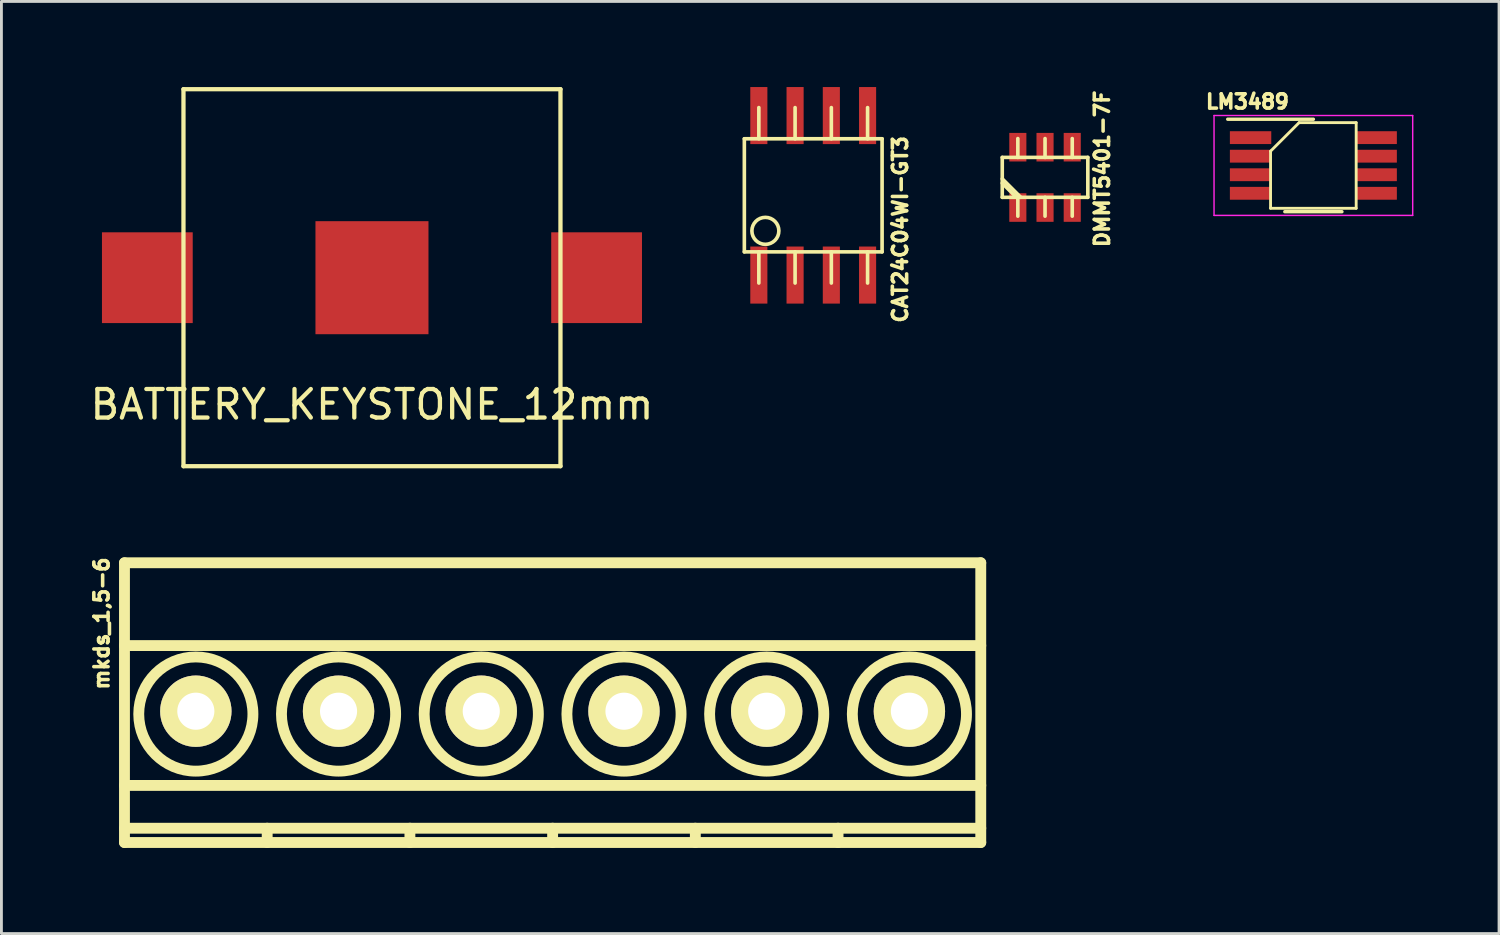
<source format=kicad_pcb>
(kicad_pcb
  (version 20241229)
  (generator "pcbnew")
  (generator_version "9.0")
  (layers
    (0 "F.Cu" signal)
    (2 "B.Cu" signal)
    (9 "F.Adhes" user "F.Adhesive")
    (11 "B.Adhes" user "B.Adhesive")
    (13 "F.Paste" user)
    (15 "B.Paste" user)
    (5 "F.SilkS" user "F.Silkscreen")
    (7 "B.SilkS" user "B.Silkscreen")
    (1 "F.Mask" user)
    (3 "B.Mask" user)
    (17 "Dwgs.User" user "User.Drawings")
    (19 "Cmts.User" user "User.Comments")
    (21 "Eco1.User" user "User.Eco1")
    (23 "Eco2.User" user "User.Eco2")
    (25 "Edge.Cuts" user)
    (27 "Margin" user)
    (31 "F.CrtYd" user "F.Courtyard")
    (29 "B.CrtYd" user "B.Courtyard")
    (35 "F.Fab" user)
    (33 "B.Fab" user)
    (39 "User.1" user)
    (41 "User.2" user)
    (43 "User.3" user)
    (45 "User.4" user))
  (footprint "DMMT5401-7F"
    (layer "F.Cu")
    (at 33.563 3.164)
    (property "Reference" "DMMT5401-7F" (at 2 -0.3 90) (layer "F.SilkS") (effects (font (size 0.5 0.5) (thickness 0.125))))
    (attr through_hole)
    (fp_line (start -1.499 -0.699) (end 1.499 -0.699) (stroke (width 0.127) (type solid)) (layer "F.SilkS"))
    (fp_line (start -1.499 0.699) (end -1.499 -0.699) (stroke (width 0.127) (type solid)) (layer "F.SilkS"))
    (fp_line (start -1.003 0.699) (end -1.499 0.203) (stroke (width 0.127) (type solid)) (layer "F.SilkS"))
    (fp_line (start -0.953 -0.699) (end -0.953 -1.359) (stroke (width 0.127) (type solid)) (layer "F.SilkS"))
    (fp_line (start -0.953 0.699) (end -0.953 1.359) (stroke (width 0.127) (type solid)) (layer "F.SilkS"))
    (fp_line (start -0.851 0.699) (end -1.499 0.051) (stroke (width 0.127) (type solid)) (layer "F.SilkS"))
    (fp_line (start 0 -0.699) (end 0 -1.359) (stroke (width 0.127) (type solid)) (layer "F.SilkS"))
    (fp_line (start 0 0.699) (end 0 1.359) (stroke (width 0.127) (type solid)) (layer "F.SilkS"))
    (fp_line (start 0.953 -0.699) (end 0.953 -1.359) (stroke (width 0.127) (type solid)) (layer "F.SilkS"))
    (fp_line (start 0.953 0.699) (end 0.953 1.359) (stroke (width 0.127) (type solid)) (layer "F.SilkS"))
    (fp_line (start 1.499 -0.699) (end 1.499 0.699) (stroke (width 0.127) (type solid)) (layer "F.SilkS"))
    (fp_line (start 1.499 0.699) (end -1.499 0.699) (stroke (width 0.127) (type solid)) (layer "F.SilkS"))
    (pad "1" smd rect (at -0.953 1.057) (size 0.599 1.001) (layers "F.Cu" "F.Mask" "F.Paste"))
    (pad "2" smd rect (at 0 1.057) (size 0.599 1.001) (layers "F.Cu" "F.Mask" "F.Paste"))
    (pad "3" smd rect (at 0.953 1.057) (size 0.599 1.001) (layers "F.Cu" "F.Mask" "F.Paste"))
    (pad "4" smd rect (at 0.953 -1.057) (size 0.599 1.001) (layers "F.Cu" "F.Mask" "F.Paste"))
    (pad "5" smd rect (at 0 -1.057) (size 0.599 1.001) (layers "F.Cu" "F.Mask" "F.Paste"))
    (pad "6" smd rect (at -0.953 -1.057) (size 0.599 1.001) (layers "F.Cu" "F.Mask" "F.Paste")))
  (footprint "mkds_1,5-6"
    (layer "F.Cu")
    (at 16.311 21.867)
    (property "Reference" "mkds_1,5-6" (at -15.799 -3.073 90) (layer "F.SilkS") (effects (font (size 0.5 0.5) (thickness 0.125))))
    (attr through_hole)
    (fp_line (start -15 -5.2) (end -15 4.6) (stroke (width 0.381) (type solid)) (layer "F.SilkS"))
    (fp_line (start -15 -2.3) (end 15 -2.3) (stroke (width 0.381) (type solid)) (layer "F.SilkS"))
    (fp_line (start -15 2.6) (end 15 2.6) (stroke (width 0.381) (type solid)) (layer "F.SilkS"))
    (fp_line (start -15 4.1) (end 15 4.1) (stroke (width 0.381) (type solid)) (layer "F.SilkS"))
    (fp_line (start -15 4.6) (end 15 4.6) (stroke (width 0.381) (type solid)) (layer "F.SilkS"))
    (fp_line (start -10 4.1) (end -10 4.6) (stroke (width 0.381) (type solid)) (layer "F.SilkS"))
    (fp_line (start -5 4.1) (end -5 4.6) (stroke (width 0.381) (type solid)) (layer "F.SilkS"))
    (fp_line (start 0 4.1) (end 0 4.6) (stroke (width 0.381) (type solid)) (layer "F.SilkS"))
    (fp_line (start 5 4.1) (end 5 4.6) (stroke (width 0.381) (type solid)) (layer "F.SilkS"))
    (fp_line (start 10 4.1) (end 10 4.6) (stroke (width 0.381) (type solid)) (layer "F.SilkS"))
    (fp_line (start 15 -5.2) (end -15 -5.2) (stroke (width 0.381) (type solid)) (layer "F.SilkS"))
    (fp_line (start 15 4.6) (end 15 -5.2) (stroke (width 0.381) (type solid)) (layer "F.SilkS"))
    (fp_circle (center -12.5 0.1) (end -10.5 0.1) (stroke (width 0.381) (type solid)) (fill no) (layer "F.SilkS"))
    (fp_circle (center -7.5 0.1) (end -9.5 0.1) (stroke (width 0.381) (type solid)) (fill no) (layer "F.SilkS"))
    (fp_circle (center -2.5 0.1) (end -4.5 0.1) (stroke (width 0.381) (type solid)) (fill no) (layer "F.SilkS"))
    (fp_circle (center 2.5 0.1) (end 0.5 0.1) (stroke (width 0.381) (type solid)) (fill no) (layer "F.SilkS"))
    (fp_circle (center 7.5 0.1) (end 5.5 0.1) (stroke (width 0.381) (type solid)) (fill no) (layer "F.SilkS"))
    (fp_circle (center 12.5 0.1) (end 10.5 0.1) (stroke (width 0.381) (type solid)) (fill no) (layer "F.SilkS"))
    (pad "1" thru_hole circle (at -12.5 0) (size 2.5 2.5) (drill 1.3) (layers "*.Cu" "*.Mask" "F.SilkS"))
    (pad "2" thru_hole circle (at -7.5 0) (size 2.5 2.5) (drill 1.3) (layers "*.Cu" "*.Mask" "F.SilkS"))
    (pad "3" thru_hole circle (at -2.5 0) (size 2.5 2.5) (drill 1.3) (layers "*.Cu" "*.Mask" "F.SilkS"))
    (pad "4" thru_hole circle (at 2.5 0) (size 2.5 2.5) (drill 1.3) (layers "*.Cu" "*.Mask" "F.SilkS"))
    (pad "5" thru_hole circle (at 7.5 0) (size 2.5 2.5) (drill 1.3) (layers "*.Cu" "*.Mask" "F.SilkS"))
    (pad "6" thru_hole circle (at 12.5 0) (size 2.5 2.5) (drill 1.3) (layers "*.Cu" "*.Mask" "F.SilkS")))
  (footprint "LM3489"
    (layer "F.Cu")
    (at 42.964 2.747)
    (property "Reference" "LM3489" (at -2.311 -2.235 0) (layer "F.SilkS") (effects (font (size 0.5 0.5) (thickness 0.125))))
    (attr smd)
    (fp_line (start -1.5 1.5) (end -1.5 -0.5) (stroke (width 0.1) (type solid)) (layer "F.SilkS"))
    (fp_line (start -0.5 -1.5) (end -1.5 -0.5) (stroke (width 0.1) (type solid)) (layer "F.SilkS"))
    (fp_line (start -0.5 -1.5) (end 1.5 -1.5) (stroke (width 0.1) (type solid)) (layer "F.SilkS"))
    (fp_line (start 0 -1.62) (end -3 -1.62) (stroke (width 0.12) (type solid)) (layer "F.SilkS"))
    (fp_line (start 1 1.62) (end -1 1.62) (stroke (width 0.12) (type solid)) (layer "F.SilkS"))
    (fp_line (start 1.5 -1.5) (end 1.5 1.5) (stroke (width 0.1) (type solid)) (layer "F.SilkS"))
    (fp_line (start 1.5 1.5) (end -1.5 1.5) (stroke (width 0.1) (type solid)) (layer "F.SilkS"))
    (fp_line (start -3.48 -1.75) (end 3.48 -1.75) (stroke (width 0.05) (type solid)) (layer "F.CrtYd"))
    (fp_line (start -3.48 1.75) (end -3.48 -1.75) (stroke (width 0.05) (type solid)) (layer "F.CrtYd"))
    (fp_line (start 3.48 -1.75) (end 3.48 1.75) (stroke (width 0.05) (type solid)) (layer "F.CrtYd"))
    (fp_line (start 3.48 1.75) (end -3.48 1.75) (stroke (width 0.05) (type solid)) (layer "F.CrtYd"))
    (pad "1" smd rect (at -2.2 -0.975 270) (size 0.45 1.45) (layers "F.Cu" "F.Mask" "F.Paste"))
    (pad "2" smd rect (at -2.2 -0.325 270) (size 0.45 1.45) (layers "F.Cu" "F.Mask" "F.Paste"))
    (pad "3" smd rect (at -2.2 0.325 270) (size 0.45 1.45) (layers "F.Cu" "F.Mask" "F.Paste"))
    (pad "4" smd rect (at -2.2 0.975 270) (size 0.45 1.45) (layers "F.Cu" "F.Mask" "F.Paste"))
    (pad "5" smd rect (at 2.2 0.975 270) (size 0.45 1.45) (layers "F.Cu" "F.Mask" "F.Paste"))
    (pad "6" smd rect (at 2.2 0.325 270) (size 0.45 1.45) (layers "F.Cu" "F.Mask" "F.Paste"))
    (pad "7" smd rect (at 2.2 -0.325 270) (size 0.45 1.45) (layers "F.Cu" "F.Mask" "F.Paste"))
    (pad "8" smd rect (at 2.2 -0.975 270) (size 0.45 1.45) (layers "F.Cu" "F.Mask" "F.Paste")))
  (footprint "BATTERY_KEYSTONE_12mm"
    (layer "F.Cu")
    (at 9.982 6.679)
    (property "Reference" "BATTERY_KEYSTONE_12mm" (at 0 4.445 0) (layer "F.SilkS") (effects (font (size 1 1) (thickness 0.15))))
    (attr through_hole)
    (fp_line (start -6.604 -6.604) (end 6.604 -6.604) (stroke (width 0.15) (type solid)) (layer "F.SilkS"))
    (fp_line (start -6.604 6.604) (end -6.604 -6.604) (stroke (width 0.15) (type solid)) (layer "F.SilkS"))
    (fp_line (start 6.604 -6.604) (end 6.604 6.604) (stroke (width 0.15) (type solid)) (layer "F.SilkS"))
    (fp_line (start 6.604 6.604) (end -6.604 6.604) (stroke (width 0.15) (type solid)) (layer "F.SilkS"))
    (pad "1" smd rect (at -7.87 0) (size 3.18 3.18) (layers "F.Cu" "F.Mask" "F.Paste"))
    (pad "1" smd rect (at 7.87 0) (size 3.18 3.18) (layers "F.Cu" "F.Mask" "F.Paste"))
    (pad "2" smd rect (at 0 0) (size 3.96 3.96) (layers "F.Cu" "F.Mask" "F.Paste")))
  (footprint "CAT24C04WI-GT3"
    (layer "F.Cu")
    (at 25.441 3.793)
    (property "Reference" "CAT24C04WI-GT3" (at 3.048 1.194 90) (layer "F.SilkS") (effects (font (size 0.5 0.5) (thickness 0.125))))
    (attr through_hole)
    (fp_line (start -2.413 -1.981) (end -2.413 1.981) (stroke (width 0.127) (type solid)) (layer "F.SilkS"))
    (fp_line (start -2.413 1.981) (end 2.413 1.981) (stroke (width 0.127) (type solid)) (layer "F.SilkS"))
    (fp_line (start -1.905 -1.981) (end -1.905 -3.073) (stroke (width 0.127) (type solid)) (layer "F.SilkS"))
    (fp_line (start -1.905 3.073) (end -1.905 1.981) (stroke (width 0.127) (type solid)) (layer "F.SilkS"))
    (fp_line (start -0.635 -1.981) (end -0.635 -3.073) (stroke (width 0.127) (type solid)) (layer "F.SilkS"))
    (fp_line (start -0.635 3.073) (end -0.635 1.981) (stroke (width 0.127) (type solid)) (layer "F.SilkS"))
    (fp_line (start 0.635 -1.981) (end 0.635 -3.073) (stroke (width 0.127) (type solid)) (layer "F.SilkS"))
    (fp_line (start 0.635 3.073) (end 0.635 1.981) (stroke (width 0.127) (type solid)) (layer "F.SilkS"))
    (fp_line (start 1.905 -3.073) (end 1.905 -1.981) (stroke (width 0.127) (type solid)) (layer "F.SilkS"))
    (fp_line (start 1.905 1.981) (end 1.905 3.073) (stroke (width 0.127) (type solid)) (layer "F.SilkS"))
    (fp_line (start 2.413 -1.981) (end -2.413 -1.981) (stroke (width 0.127) (type solid)) (layer "F.SilkS"))
    (fp_line (start 2.413 1.981) (end 2.413 -1.981) (stroke (width 0.127) (type solid)) (layer "F.SilkS"))
    (fp_circle (center -1.676 1.245) (end -1.956 1.626) (stroke (width 0.127) (type solid)) (fill no) (layer "F.SilkS"))
    (pad "1" smd rect (at -1.905 2.794) (size 0.599 1.999) (layers "F.Cu" "F.Mask" "F.Paste"))
    (pad "2" smd rect (at -0.635 2.794) (size 0.599 1.999) (layers "F.Cu" "F.Mask" "F.Paste"))
    (pad "3" smd rect (at 0.635 2.794) (size 0.599 1.999) (layers "F.Cu" "F.Mask" "F.Paste"))
    (pad "4" smd rect (at 1.905 2.794) (size 0.599 1.999) (layers "F.Cu" "F.Mask" "F.Paste"))
    (pad "5" smd rect (at 1.905 -2.794) (size 0.599 1.999) (layers "F.Cu" "F.Mask" "F.Paste"))
    (pad "6" smd rect (at 0.635 -2.794) (size 0.599 1.999) (layers "F.Cu" "F.Mask" "F.Paste"))
    (pad "7" smd rect (at -0.635 -2.794) (size 0.599 1.999) (layers "F.Cu" "F.Mask" "F.Paste"))
    (pad "8" smd rect (at -1.905 -2.794) (size 0.599 1.999) (layers "F.Cu" "F.Mask" "F.Paste")))
  (gr_rect
    (start -3 -3)
    (end 49.469 29.657)
    (stroke (width 0.1) (type default))
    (fill no)
    (layer "Edge.Cuts")))
</source>
